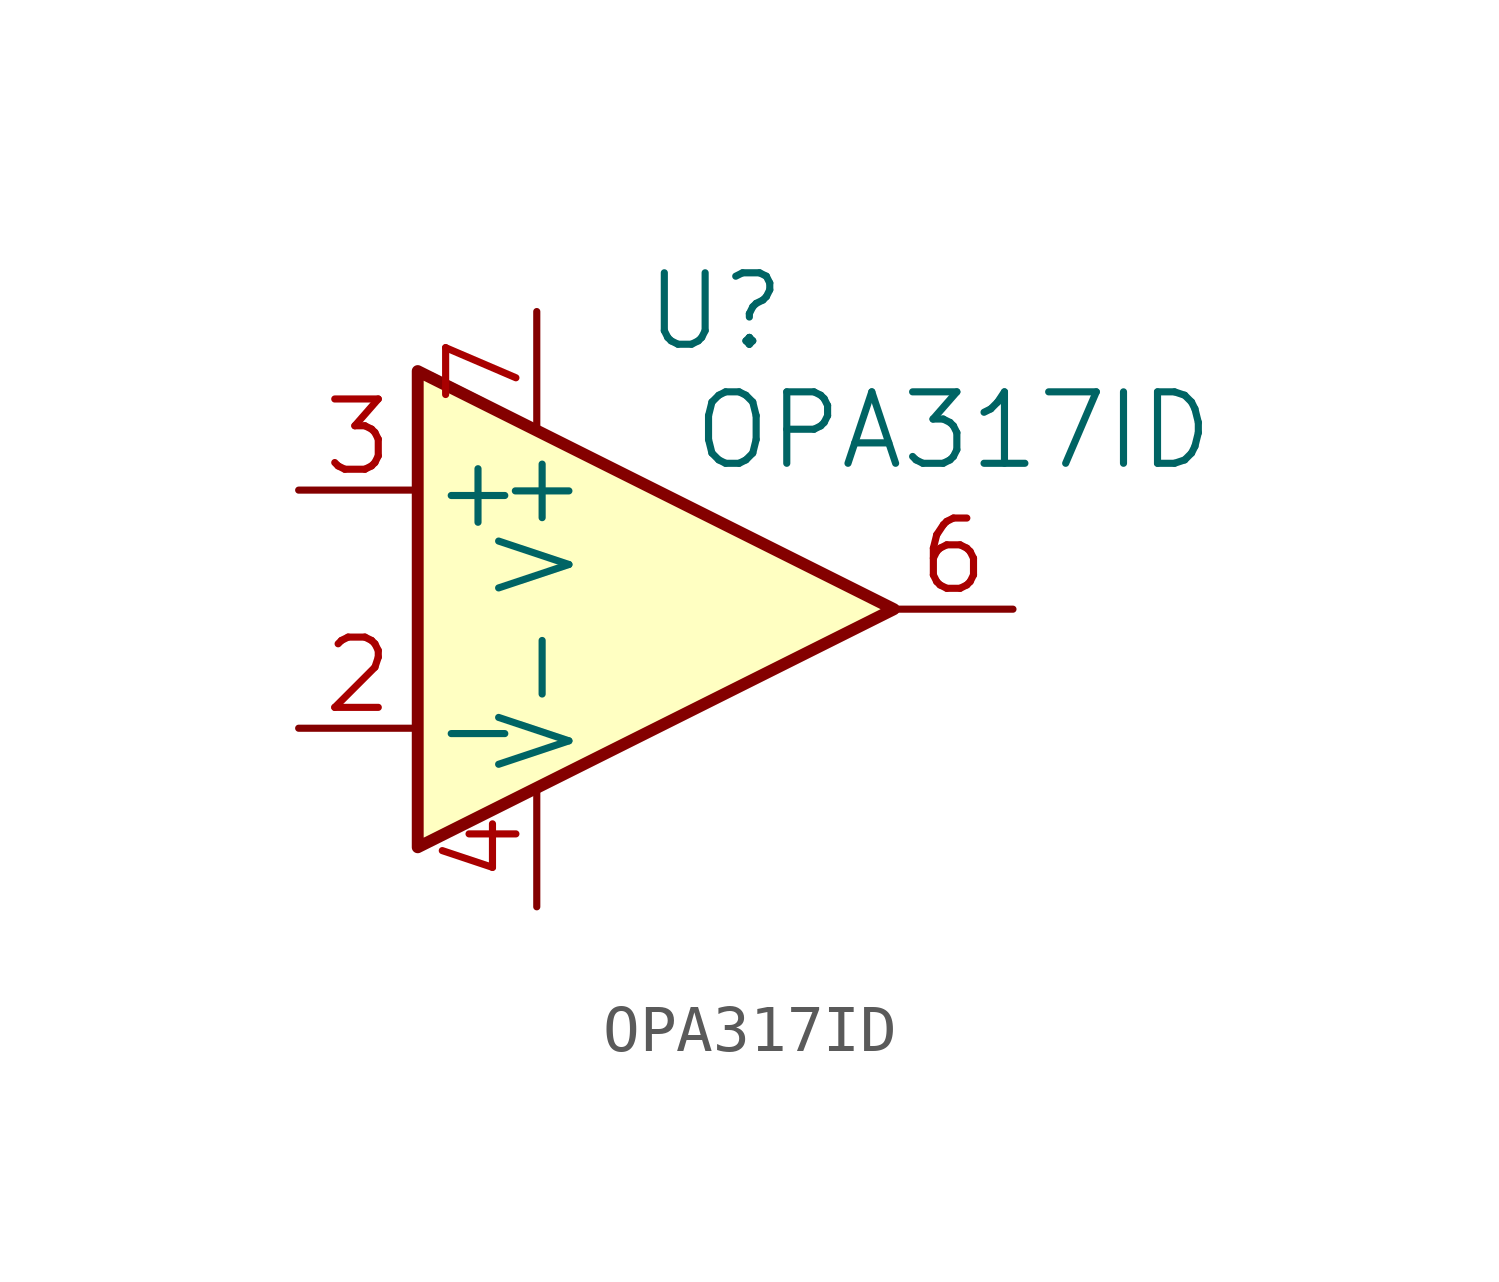
<source format=kicad_sym>
(kicad_symbol_lib
  (version 20211014)
  (generator kicad_symbol_editor)
  (symbol "OPA317ID"
    (pin_names
      (offset 0.258))
    (property "Reference" "U"
      (at 19.05 -2.54 0)
      (effects (font (size 1.524 1.524))))
    (property "Value" "OPA317ID"
      (at 24.13 -5.08 0)
      (effects (font (size 1.524 1.524))))
    (symbol "OPA317ID_0_1"
      (polyline (pts (xy 12.7 -3.81) (xy 22.86 -8.89) (xy 12.7 -13.97) (xy 12.7 -3.81)) (stroke (width 0.254) (type default) (color 0 0 0 0)) (fill (type background))))
    (symbol "OPA317ID_1_1"
      (pin no_connect line (at 15.24 -6.35 270) (length 2.54) hide (name "NC" (effects (font (size 1.27 1.27)))) (number "1" (effects (font (size 1.27 1.27)))))
      (pin input line (at 10.16 -11.43 0) (length 2.54) (name "-" (effects (font (size 1.499 1.499)))) (number "2" (effects (font (size 1.499 1.499)))))
      (pin input line (at 10.16 -6.35 0) (length 2.54) (name "+" (effects (font (size 1.499 1.499)))) (number "3" (effects (font (size 1.499 1.499)))))
      (pin power_in line (at 15.24 -15.24 90) (length 2.54) (name "V-" (effects (font (size 1.499 1.499)))) (number "4" (effects (font (size 1.499 1.499)))))
      (pin no_connect line (at 17.78 -6.35 270) (length 2.54) hide (name "NC" (effects (font (size 1.27 1.27)))) (number "5" (effects (font (size 1.27 1.27)))))
      (pin output line (at 25.4 -8.89 180) (length 2.54) (name "" (effects (font (size 1.499 1.499)))) (number "6" (effects (font (size 1.499 1.499)))))
      (pin power_in line (at 15.24 -2.54 270) (length 2.54) (name "V+" (effects (font (size 1.499 1.499)))) (number "7" (effects (font (size 1.499 1.499)))))
      (pin no_connect line (at 17.78 -11.43 90) (length 2.54) hide (name "NC" (effects (font (size 1.27 1.27)))) (number "8" (effects (font (size 1.27 1.27))))))))
</source>
